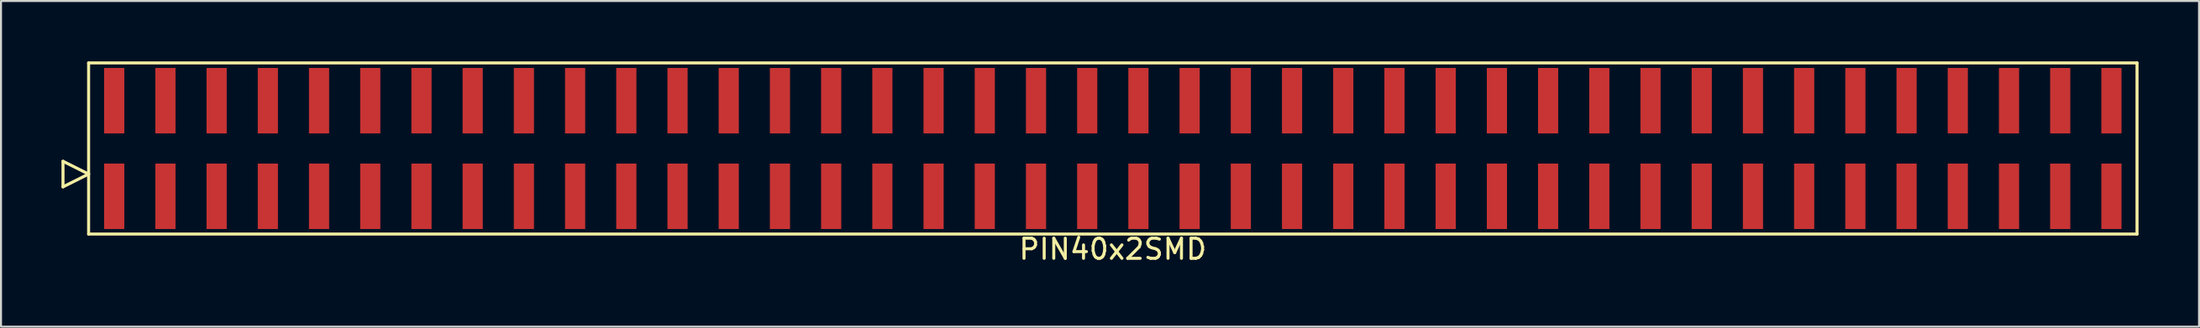
<source format=kicad_pcb>
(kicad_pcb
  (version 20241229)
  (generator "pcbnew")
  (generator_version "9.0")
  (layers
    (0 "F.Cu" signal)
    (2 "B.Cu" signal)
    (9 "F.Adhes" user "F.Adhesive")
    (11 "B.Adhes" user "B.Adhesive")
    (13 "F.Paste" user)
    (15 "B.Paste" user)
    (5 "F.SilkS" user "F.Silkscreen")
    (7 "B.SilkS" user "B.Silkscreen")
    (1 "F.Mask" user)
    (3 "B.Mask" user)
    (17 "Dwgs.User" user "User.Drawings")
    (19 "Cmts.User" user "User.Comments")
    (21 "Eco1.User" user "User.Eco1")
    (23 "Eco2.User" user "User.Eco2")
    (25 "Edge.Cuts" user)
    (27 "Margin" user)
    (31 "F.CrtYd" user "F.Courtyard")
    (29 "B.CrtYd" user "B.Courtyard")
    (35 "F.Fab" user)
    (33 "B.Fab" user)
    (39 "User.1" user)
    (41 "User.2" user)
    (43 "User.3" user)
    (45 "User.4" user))
  (footprint "PIN40x2SMD"
    (layer "F.Cu")
    (at 52.145 4.325)
    (property "Reference" "PIN40x2SMD" (at 0 5 0) (layer "F.SilkS") (effects (font (size 1 1) (thickness 0.15))))
    (attr through_hole)
    (fp_line (start -52.07 1.905) (end -52.07 0.635) (stroke (width 0.15) (type solid)) (layer "F.SilkS"))
    (fp_line (start -50.8 -4.25) (end -50.8 4.25) (stroke (width 0.15) (type solid)) (layer "F.SilkS"))
    (fp_line (start -50.8 1.27) (end -52.07 0.635) (stroke (width 0.15) (type solid)) (layer "F.SilkS"))
    (fp_line (start -50.8 1.27) (end -52.07 1.905) (stroke (width 0.15) (type solid)) (layer "F.SilkS"))
    (fp_line (start -50.8 4.25) (end 50.8 4.25) (stroke (width 0.15) (type solid)) (layer "F.SilkS"))
    (fp_line (start 50.8 -4.25) (end -50.8 -4.25) (stroke (width 0.15) (type solid)) (layer "F.SilkS"))
    (fp_line (start 50.8 4.25) (end 50.8 -4.25) (stroke (width 0.15) (type solid)) (layer "F.SilkS"))
    (pad "1" smd rect (at -49.53 2.375) (size 1 3.25) (layers "F.Cu" "F.Mask" "F.Paste"))
    (pad "2" smd rect (at -49.53 -2.375) (size 1 3.25) (layers "F.Cu" "F.Mask" "F.Paste"))
    (pad "3" smd rect (at -46.99 2.375) (size 1 3.25) (layers "F.Cu" "F.Mask" "F.Paste"))
    (pad "4" smd rect (at -46.99 -2.375) (size 1 3.25) (layers "F.Cu" "F.Mask" "F.Paste"))
    (pad "5" smd rect (at -44.45 2.375) (size 1 3.25) (layers "F.Cu" "F.Mask" "F.Paste"))
    (pad "6" smd rect (at -44.45 -2.375) (size 1 3.25) (layers "F.Cu" "F.Mask" "F.Paste"))
    (pad "7" smd rect (at -41.91 2.375) (size 1 3.25) (layers "F.Cu" "F.Mask" "F.Paste"))
    (pad "8" smd rect (at -41.91 -2.375) (size 1 3.25) (layers "F.Cu" "F.Mask" "F.Paste"))
    (pad "9" smd rect (at -39.37 2.375) (size 1 3.25) (layers "F.Cu" "F.Mask" "F.Paste"))
    (pad "10" smd rect (at -39.37 -2.375) (size 1 3.25) (layers "F.Cu" "F.Mask" "F.Paste"))
    (pad "11" smd rect (at -36.83 2.375) (size 1 3.25) (layers "F.Cu" "F.Mask" "F.Paste"))
    (pad "12" smd rect (at -36.83 -2.375) (size 1 3.25) (layers "F.Cu" "F.Mask" "F.Paste"))
    (pad "13" smd rect (at -34.29 2.375) (size 1 3.25) (layers "F.Cu" "F.Mask" "F.Paste"))
    (pad "14" smd rect (at -34.29 -2.375) (size 1 3.25) (layers "F.Cu" "F.Mask" "F.Paste"))
    (pad "15" smd rect (at -31.75 2.375) (size 1 3.25) (layers "F.Cu" "F.Mask" "F.Paste"))
    (pad "16" smd rect (at -31.75 -2.375) (size 1 3.25) (layers "F.Cu" "F.Mask" "F.Paste"))
    (pad "17" smd rect (at -29.21 2.375) (size 1 3.25) (layers "F.Cu" "F.Mask" "F.Paste"))
    (pad "18" smd rect (at -29.21 -2.375) (size 1 3.25) (layers "F.Cu" "F.Mask" "F.Paste"))
    (pad "19" smd rect (at -26.67 2.375) (size 1 3.25) (layers "F.Cu" "F.Mask" "F.Paste"))
    (pad "20" smd rect (at -26.67 -2.375) (size 1 3.25) (layers "F.Cu" "F.Mask" "F.Paste"))
    (pad "21" smd rect (at -24.13 2.375) (size 1 3.25) (layers "F.Cu" "F.Mask" "F.Paste"))
    (pad "22" smd rect (at -24.13 -2.375) (size 1 3.25) (layers "F.Cu" "F.Mask" "F.Paste"))
    (pad "23" smd rect (at -21.59 2.375) (size 1 3.25) (layers "F.Cu" "F.Mask" "F.Paste"))
    (pad "24" smd rect (at -21.59 -2.375) (size 1 3.25) (layers "F.Cu" "F.Mask" "F.Paste"))
    (pad "25" smd rect (at -19.05 2.375) (size 1 3.25) (layers "F.Cu" "F.Mask" "F.Paste"))
    (pad "26" smd rect (at -19.05 -2.375) (size 1 3.25) (layers "F.Cu" "F.Mask" "F.Paste"))
    (pad "27" smd rect (at -16.51 2.375) (size 1 3.25) (layers "F.Cu" "F.Mask" "F.Paste"))
    (pad "28" smd rect (at -16.51 -2.375) (size 1 3.25) (layers "F.Cu" "F.Mask" "F.Paste"))
    (pad "29" smd rect (at -13.97 2.375) (size 1 3.25) (layers "F.Cu" "F.Mask" "F.Paste"))
    (pad "30" smd rect (at -13.97 -2.375) (size 1 3.25) (layers "F.Cu" "F.Mask" "F.Paste"))
    (pad "31" smd rect (at -11.43 2.375) (size 1 3.25) (layers "F.Cu" "F.Mask" "F.Paste"))
    (pad "32" smd rect (at -11.43 -2.375) (size 1 3.25) (layers "F.Cu" "F.Mask" "F.Paste"))
    (pad "33" smd rect (at -8.89 2.375) (size 1 3.25) (layers "F.Cu" "F.Mask" "F.Paste"))
    (pad "34" smd rect (at -8.89 -2.375) (size 1 3.25) (layers "F.Cu" "F.Mask" "F.Paste"))
    (pad "35" smd rect (at -6.35 2.375) (size 1 3.25) (layers "F.Cu" "F.Mask" "F.Paste"))
    (pad "36" smd rect (at -6.35 -2.375) (size 1 3.25) (layers "F.Cu" "F.Mask" "F.Paste"))
    (pad "37" smd rect (at -3.81 2.375) (size 1 3.25) (layers "F.Cu" "F.Mask" "F.Paste"))
    (pad "38" smd rect (at -3.81 -2.375) (size 1 3.25) (layers "F.Cu" "F.Mask" "F.Paste"))
    (pad "39" smd rect (at -1.27 2.375) (size 1 3.25) (layers "F.Cu" "F.Mask" "F.Paste"))
    (pad "40" smd rect (at -1.27 -2.375) (size 1 3.25) (layers "F.Cu" "F.Mask" "F.Paste"))
    (pad "41" smd rect (at 1.27 2.375) (size 1 3.25) (layers "F.Cu" "F.Mask" "F.Paste"))
    (pad "42" smd rect (at 1.27 -2.375) (size 1 3.25) (layers "F.Cu" "F.Mask" "F.Paste"))
    (pad "43" smd rect (at 3.81 2.375) (size 1 3.25) (layers "F.Cu" "F.Mask" "F.Paste"))
    (pad "44" smd rect (at 3.81 -2.375) (size 1 3.25) (layers "F.Cu" "F.Mask" "F.Paste"))
    (pad "45" smd rect (at 6.35 2.375) (size 1 3.25) (layers "F.Cu" "F.Mask" "F.Paste"))
    (pad "46" smd rect (at 6.35 -2.375) (size 1 3.25) (layers "F.Cu" "F.Mask" "F.Paste"))
    (pad "47" smd rect (at 8.89 2.375) (size 1 3.25) (layers "F.Cu" "F.Mask" "F.Paste"))
    (pad "48" smd rect (at 8.89 -2.375) (size 1 3.25) (layers "F.Cu" "F.Mask" "F.Paste"))
    (pad "49" smd rect (at 11.43 2.375) (size 1 3.25) (layers "F.Cu" "F.Mask" "F.Paste"))
    (pad "50" smd rect (at 11.43 -2.375) (size 1 3.25) (layers "F.Cu" "F.Mask" "F.Paste"))
    (pad "51" smd rect (at 13.97 2.375) (size 1 3.25) (layers "F.Cu" "F.Mask" "F.Paste"))
    (pad "52" smd rect (at 13.97 -2.375) (size 1 3.25) (layers "F.Cu" "F.Mask" "F.Paste"))
    (pad "53" smd rect (at 16.51 2.375) (size 1 3.25) (layers "F.Cu" "F.Mask" "F.Paste"))
    (pad "54" smd rect (at 16.51 -2.375) (size 1 3.25) (layers "F.Cu" "F.Mask" "F.Paste"))
    (pad "55" smd rect (at 19.05 2.375) (size 1 3.25) (layers "F.Cu" "F.Mask" "F.Paste"))
    (pad "56" smd rect (at 19.05 -2.375) (size 1 3.25) (layers "F.Cu" "F.Mask" "F.Paste"))
    (pad "57" smd rect (at 21.59 2.375) (size 1 3.25) (layers "F.Cu" "F.Mask" "F.Paste"))
    (pad "58" smd rect (at 21.59 -2.375) (size 1 3.25) (layers "F.Cu" "F.Mask" "F.Paste"))
    (pad "59" smd rect (at 24.13 2.375) (size 1 3.25) (layers "F.Cu" "F.Mask" "F.Paste"))
    (pad "60" smd rect (at 24.13 -2.375) (size 1 3.25) (layers "F.Cu" "F.Mask" "F.Paste"))
    (pad "61" smd rect (at 26.67 2.375) (size 1 3.25) (layers "F.Cu" "F.Mask" "F.Paste"))
    (pad "62" smd rect (at 26.67 -2.375) (size 1 3.25) (layers "F.Cu" "F.Mask" "F.Paste"))
    (pad "63" smd rect (at 29.21 2.375) (size 1 3.25) (layers "F.Cu" "F.Mask" "F.Paste"))
    (pad "64" smd rect (at 29.21 -2.375) (size 1 3.25) (layers "F.Cu" "F.Mask" "F.Paste"))
    (pad "65" smd rect (at 31.75 2.375) (size 1 3.25) (layers "F.Cu" "F.Mask" "F.Paste"))
    (pad "66" smd rect (at 31.75 -2.375) (size 1 3.25) (layers "F.Cu" "F.Mask" "F.Paste"))
    (pad "67" smd rect (at 34.29 2.375) (size 1 3.25) (layers "F.Cu" "F.Mask" "F.Paste"))
    (pad "68" smd rect (at 34.29 -2.375) (size 1 3.25) (layers "F.Cu" "F.Mask" "F.Paste"))
    (pad "69" smd rect (at 36.83 2.375) (size 1 3.25) (layers "F.Cu" "F.Mask" "F.Paste"))
    (pad "70" smd rect (at 36.83 -2.375) (size 1 3.25) (layers "F.Cu" "F.Mask" "F.Paste"))
    (pad "71" smd rect (at 39.37 2.375) (size 1 3.25) (layers "F.Cu" "F.Mask" "F.Paste"))
    (pad "72" smd rect (at 39.37 -2.375) (size 1 3.25) (layers "F.Cu" "F.Mask" "F.Paste"))
    (pad "73" smd rect (at 41.91 2.375) (size 1 3.25) (layers "F.Cu" "F.Mask" "F.Paste"))
    (pad "74" smd rect (at 41.91 -2.375) (size 1 3.25) (layers "F.Cu" "F.Mask" "F.Paste"))
    (pad "75" smd rect (at 44.45 2.375) (size 1 3.25) (layers "F.Cu" "F.Mask" "F.Paste"))
    (pad "76" smd rect (at 44.45 -2.375) (size 1 3.25) (layers "F.Cu" "F.Mask" "F.Paste"))
    (pad "77" smd rect (at 46.99 2.375) (size 1 3.25) (layers "F.Cu" "F.Mask" "F.Paste"))
    (pad "78" smd rect (at 46.99 -2.375) (size 1 3.25) (layers "F.Cu" "F.Mask" "F.Paste"))
    (pad "79" smd rect (at 49.53 2.375) (size 1 3.25) (layers "F.Cu" "F.Mask" "F.Paste"))
    (pad "80" smd rect (at 49.53 -2.375) (size 1 3.25) (layers "F.Cu" "F.Mask" "F.Paste")))
  (gr_rect
    (start -3 -3)
    (end 106.02 13.173)
    (stroke (width 0.1) (type default))
    (fill no)
    (layer "Edge.Cuts")))
</source>
